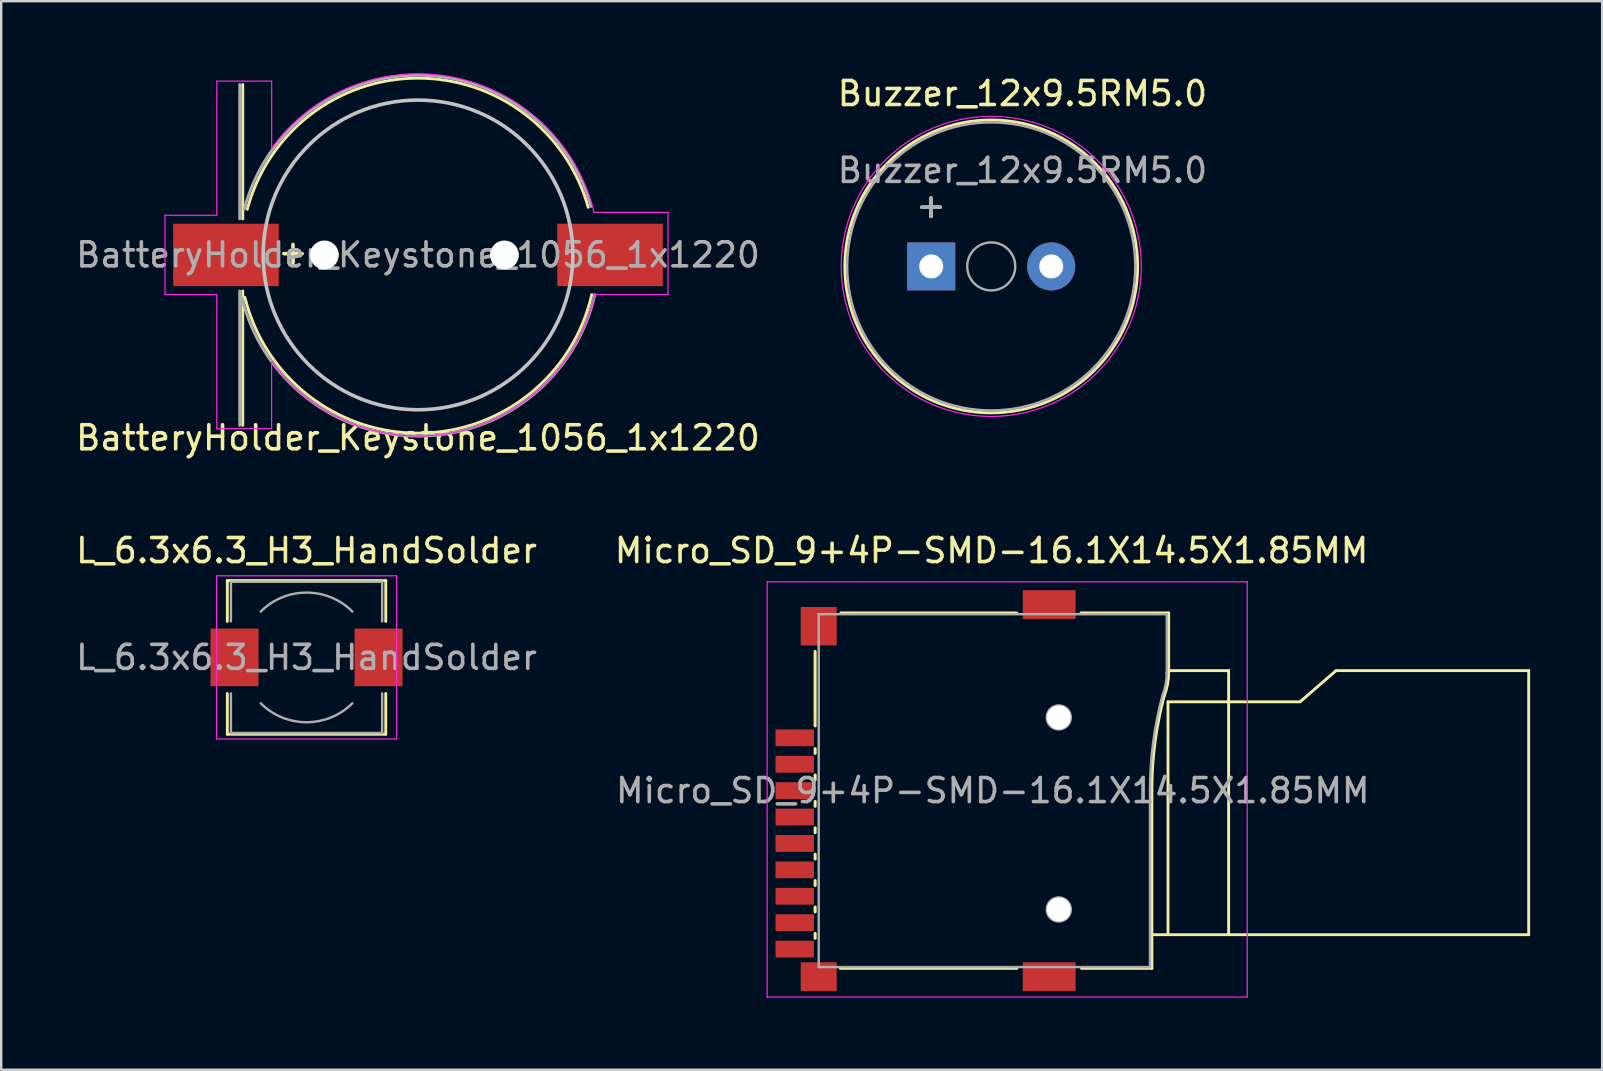
<source format=kicad_pcb>
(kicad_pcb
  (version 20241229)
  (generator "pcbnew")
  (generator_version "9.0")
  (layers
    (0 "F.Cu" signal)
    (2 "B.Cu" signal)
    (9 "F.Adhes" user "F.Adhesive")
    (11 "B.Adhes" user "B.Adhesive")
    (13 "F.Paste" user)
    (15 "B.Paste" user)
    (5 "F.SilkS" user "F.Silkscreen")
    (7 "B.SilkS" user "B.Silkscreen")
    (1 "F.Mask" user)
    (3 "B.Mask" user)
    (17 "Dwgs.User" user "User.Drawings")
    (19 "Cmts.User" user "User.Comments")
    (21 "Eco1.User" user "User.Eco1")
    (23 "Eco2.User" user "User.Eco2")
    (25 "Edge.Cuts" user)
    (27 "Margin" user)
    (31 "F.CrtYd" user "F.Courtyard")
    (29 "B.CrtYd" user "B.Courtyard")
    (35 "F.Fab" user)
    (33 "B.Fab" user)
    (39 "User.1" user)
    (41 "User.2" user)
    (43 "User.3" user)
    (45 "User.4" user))
  (footprint "Buzzer_12x9.5RM5.0"
    (layer "F.Cu")
    (at 35.742 8.048)
    (property "Reference" "Buzzer_12x9.5RM5.0" (at 3.8 -7.2 0) (layer "F.SilkS") (effects (font (size 1 1) (thickness 0.15))))
    (attr through_hole)
    (fp_circle (center 2.5 0) (end 8.6 0) (stroke (width 0.12) (type solid)) (fill no) (layer "F.SilkS"))
    (fp_circle (center 2.5 0) (end 8.75 0) (stroke (width 0.05) (type solid)) (fill no) (layer "F.CrtYd"))
    (fp_circle (center 2.5 0) (end 3.5 0) (stroke (width 0.1) (type solid)) (fill no) (layer "F.Fab"))
    (fp_circle (center 2.5 0) (end 8.5 0) (stroke (width 0.1) (type solid)) (fill no) (layer "F.Fab"))
    (fp_text user "+" (at -0.01 -2.54 0) (layer "F.SilkS") (effects (font (size 1 1) (thickness 0.15))))
    (fp_text user "+" (at -0.01 -2.54 0) (layer "F.Fab") (effects (font (size 1 1) (thickness 0.15))))
    (fp_text user "${REFERENCE}" (at 3.8 -4 0) (layer "F.Fab") (effects (font (size 1 1) (thickness 0.15))))
    (pad "1" thru_hole rect (at 0 0) (size 2 2) (drill 1) (layers "*.Cu" "*.Mask"))
    (pad "2" thru_hole circle (at 5 0) (size 2 2) (drill 1) (layers "*.Cu" "*.Mask")))
  (footprint "BatteryHolder_Keystone_1056_1x1220"
    (layer "F.Cu")
    (at 14.363 7.569)
    (property "Reference" "BatteryHolder_Keystone_1056_1x1220" (at 0 7.62 0) (layer "F.SilkS") (effects (font (size 1 1) (thickness 0.15))))
    (attr smd)
    (fp_line (start -7.3 -7.1) (end -7.3 -1.5) (stroke (width 0.12) (type solid)) (layer "F.SilkS"))
    (fp_line (start -7.3 1.5) (end -7.3 7.1) (stroke (width 0.12) (type solid)) (layer "F.SilkS"))
    (fp_arc (start -7.112 -1.905) (mid -0.039573 -7.362608) (end 7.091111 -1.98134) (stroke (width 0.12) (type solid)) (layer "F.SilkS"))
    (fp_arc (start 7.239 1.651) (mid 0.061669 7.424629) (end -7.210577 1.771019) (stroke (width 0.12) (type solid)) (layer "F.SilkS"))
    (fp_circle (center 0 0) (end 6.45 0) (stroke (width 0.15) (type solid)) (fill no) (layer "Dwgs.User"))
    (fp_line (start -10.541 -1.651) (end -10.541 1.651) (stroke (width 0.05) (type solid)) (layer "F.CrtYd"))
    (fp_line (start -10.541 -1.651) (end -8.382 -1.651) (stroke (width 0.05) (type solid)) (layer "F.CrtYd"))
    (fp_line (start -10.541 1.651) (end -8.382 1.651) (stroke (width 0.05) (type solid)) (layer "F.CrtYd"))
    (fp_line (start -8.382 -7.239) (end -8.382 -1.651) (stroke (width 0.05) (type solid)) (layer "F.CrtYd"))
    (fp_line (start -8.382 -7.239) (end -6.096 -7.239) (stroke (width 0.05) (type solid)) (layer "F.CrtYd"))
    (fp_line (start -8.382 1.651) (end -8.382 7.239) (stroke (width 0.05) (type solid)) (layer "F.CrtYd"))
    (fp_line (start -8.382 7.239) (end -6.096 7.239) (stroke (width 0.05) (type solid)) (layer "F.CrtYd"))
    (fp_line (start -6.099 4.448) (end -6.099 7.242) (stroke (width 0.05) (type solid)) (layer "F.CrtYd"))
    (fp_line (start -6.096 -7.239) (end -6.096 -4.445) (stroke (width 0.05) (type solid)) (layer "F.CrtYd"))
    (fp_line (start 10.414 -1.77) (end 7.334 -1.77) (stroke (width 0.05) (type solid)) (layer "F.CrtYd"))
    (fp_line (start 10.414 1.651) (end 7.366 1.651) (stroke (width 0.05) (type solid)) (layer "F.CrtYd"))
    (fp_line (start 10.414 1.651) (end 10.414 -1.77) (stroke (width 0.05) (type solid)) (layer "F.CrtYd"))
    (fp_arc (start -6.096 -4.445) (mid 1.473654 -7.399161) (end 7.333859 -1.770242) (stroke (width 0.05) (type solid)) (layer "F.CrtYd"))
    (fp_arc (start 7.366 1.651) (mid 1.534979 7.391048) (end -6.099455 4.447516) (stroke (width 0.05) (type solid)) (layer "F.CrtYd"))
    (fp_line (start -7.427 -7.1) (end -7.427 -1.5) (stroke (width 0.12) (type solid)) (layer "F.Fab"))
    (fp_line (start -7.427 1.5) (end -7.427 7.1) (stroke (width 0.12) (type solid)) (layer "F.Fab"))
    (fp_arc (start -7.239 -1.905) (mid -0.059631 -7.485225) (end 7.207731 -2.02009) (stroke (width 0.12) (type solid)) (layer "F.Fab"))
    (fp_arc (start 7.366 1.651) (mid 0.074654 7.548389) (end -7.331906 1.796363) (stroke (width 0.12) (type solid)) (layer "F.Fab"))
    (fp_text user "+" (at -5.207 -0.127 0) (layer "F.SilkS") (effects (font (size 1 1) (thickness 0.15))))
    (fp_text user "${REFERENCE}" (at 0 0 0) (layer "F.Fab") (effects (font (size 1 1) (thickness 0.15))))
    (pad "" np_thru_hole circle (at -3.9 0) (size 1.2 1.2) (drill 1.2) (layers "*.Cu" "*.Mask"))
    (pad "" np_thru_hole circle (at 3.6 0) (size 1.2 1.2) (drill 1.2) (layers "*.Cu" "*.Mask"))
    (pad "1" smd rect (at -8 0) (size 4.4 2.6) (layers "F.Cu" "F.Mask" "F.Paste"))
    (pad "2" smd rect (at 8 0) (size 4.4 2.6) (layers "F.Cu" "F.Mask" "F.Paste")))
  (footprint "Micro_SD_9+4P-SMD-16.1X14.5X1.85MM"
    (layer "F.Cu")
    (at 38.306 29.886)
    (property "Reference" "Micro_SD_9+4P-SMD-16.1X14.5X1.85MM" (at -0.05 -10 0) (layer "F.SilkS") (effects (font (size 1 1) (thickness 0.15))))
    (attr smd)
    (fp_line (start -7.4 -5.799) (end -7.4 -2.7) (stroke (width 0.127) (type solid)) (layer "F.SilkS"))
    (fp_line (start -7.4 -1.751) (end -7.4 -1.55) (stroke (width 0.127) (type solid)) (layer "F.SilkS"))
    (fp_line (start -7.4 -0.651) (end -7.4 -0.45) (stroke (width 0.127) (type solid)) (layer "F.SilkS"))
    (fp_line (start -7.4 0.449) (end -7.4 0.65) (stroke (width 0.127) (type solid)) (layer "F.SilkS"))
    (fp_line (start -7.4 1.549) (end -7.4 1.75) (stroke (width 0.127) (type solid)) (layer "F.SilkS"))
    (fp_line (start -7.4 2.649) (end -7.4 2.85) (stroke (width 0.127) (type solid)) (layer "F.SilkS"))
    (fp_line (start -7.4 3.749) (end -7.4 3.95) (stroke (width 0.127) (type solid)) (layer "F.SilkS"))
    (fp_line (start -7.4 4.849) (end -7.4 5.05) (stroke (width 0.127) (type solid)) (layer "F.SilkS"))
    (fp_line (start -7.4 5.949) (end -7.4 6.15) (stroke (width 0.127) (type solid)) (layer "F.SilkS"))
    (fp_line (start -6.35 7.4) (end 1 7.4) (stroke (width 0.127) (type solid)) (layer "F.SilkS"))
    (fp_line (start 1 -7.4) (end -6.325 -7.4) (stroke (width 0.127) (type solid)) (layer "F.SilkS"))
    (fp_line (start 2.3 -3.05) (end 3.202 -3.05) (stroke (width 0.127) (type solid)) (layer "F.SilkS"))
    (fp_line (start 2.3 4.925) (end 3.202 4.925) (stroke (width 0.127) (type solid)) (layer "F.SilkS"))
    (fp_line (start 2.75 -2.598) (end 2.75 -3.498) (stroke (width 0.127) (type solid)) (layer "F.SilkS"))
    (fp_line (start 2.75 5.374) (end 2.75 4.475) (stroke (width 0.127) (type solid)) (layer "F.SilkS"))
    (fp_line (start 3.7 7.4) (end 6.625 7.4) (stroke (width 0.127) (type solid)) (layer "F.SilkS"))
    (fp_line (start 6.625 0) (end 6.625 7.4) (stroke (width 0.127) (type solid)) (layer "F.SilkS"))
    (fp_line (start 7.3 -3.7) (end 7.3 6) (stroke (width 0.12) (type solid)) (layer "F.SilkS"))
    (fp_line (start 7.3 -3.7) (end 12.8 -3.7) (stroke (width 0.12) (type solid)) (layer "F.SilkS"))
    (fp_line (start 7.325 -7.4) (end 3.675 -7.4) (stroke (width 0.127) (type solid)) (layer "F.SilkS"))
    (fp_line (start 7.325 -7.4) (end 7.325 -4.95) (stroke (width 0.127) (type solid)) (layer "F.SilkS"))
    (fp_line (start 9.825 -5) (end 7.3 -5) (stroke (width 0.12) (type solid)) (layer "F.SilkS"))
    (fp_line (start 9.825 -5) (end 9.825 6) (stroke (width 0.12) (type solid)) (layer "F.SilkS"))
    (fp_line (start 9.825 6) (end 6.6 6) (stroke (width 0.12) (type solid)) (layer "F.SilkS"))
    (fp_line (start 9.825 6) (end 22.325 6) (stroke (width 0.12) (type solid)) (layer "F.SilkS"))
    (fp_line (start 12.8 -3.7) (end 14.3 -5) (stroke (width 0.12) (type solid)) (layer "F.SilkS"))
    (fp_line (start 14.3 -5) (end 22.325 -5) (stroke (width 0.12) (type solid)) (layer "F.SilkS"))
    (fp_line (start 22.325 -5) (end 22.325 6) (stroke (width 0.12) (type solid)) (layer "F.SilkS"))
    (fp_arc (start 6.623554 -0.001246) (mid 6.755731 -2.017876) (end 7.15 -4) (stroke (width 0.127) (type solid)) (layer "F.SilkS"))
    (fp_arc (start 7.325 -4.95) (mid 7.278848 -4.442878) (end 7.14191 -3.952419) (stroke (width 0.127) (type solid)) (layer "F.SilkS"))
    (fp_circle (center 2.75 -3.05) (end 3.066 -3.05) (stroke (width 0.127) (type solid)) (fill no) (layer "F.SilkS"))
    (fp_circle (center 2.75 4.93) (end 3.066 4.93) (stroke (width 0.127) (type solid)) (fill no) (layer "F.SilkS"))
    (fp_line (start -9.4 -8.7) (end 10.6 -8.7) (stroke (width 0.05) (type solid)) (layer "F.CrtYd"))
    (fp_line (start -9.4 8.6) (end -9.4 -8.7) (stroke (width 0.05) (type solid)) (layer "F.CrtYd"))
    (fp_line (start 10.6 -8.7) (end 10.6 8.6) (stroke (width 0.05) (type solid)) (layer "F.CrtYd"))
    (fp_line (start 10.6 8.6) (end -9.4 8.6) (stroke (width 0.05) (type solid)) (layer "F.CrtYd"))
    (fp_line (start -7.25 -7.35) (end 7.25 -7.35) (stroke (width 0.1) (type solid)) (layer "F.Fab"))
    (fp_line (start -7.25 7.35) (end -7.25 -7.35) (stroke (width 0.1) (type solid)) (layer "F.Fab"))
    (fp_line (start -7.25 7.35) (end 6.55 7.35) (stroke (width 0.1) (type solid)) (layer "F.Fab"))
    (fp_line (start 6.55 0) (end 6.55 7.35) (stroke (width 0.1) (type solid)) (layer "F.Fab"))
    (fp_line (start 7.25 -4.85) (end 7.25 -7.35) (stroke (width 0.1) (type solid)) (layer "F.Fab"))
    (fp_arc (start 6.55 0) (mid 6.682177 -2.01663) (end 7.076446 -3.998754) (stroke (width 0.1) (type solid)) (layer "F.Fab"))
    (fp_arc (start 7.25 -4.95) (mid 7.203848 -4.442878) (end 7.06691 -3.952419) (stroke (width 0.1) (type solid)) (layer "F.Fab"))
    (fp_circle (center 2.75 -3.05) (end 3.25 -3.05) (stroke (width 0.1) (type solid)) (fill no) (layer "F.Fab"))
    (fp_circle (center 2.75 4.95) (end 3.25 4.95) (stroke (width 0.1) (type solid)) (fill no) (layer "F.Fab"))
    (fp_text user "${REFERENCE}" (at 0 0 0) (layer "F.Fab") (effects (font (size 1 1) (thickness 0.15))))
    (pad "" np_thru_hole circle (at 2.75 -3.05) (size 1 1) (drill 1) (layers "*.Cu" "*.Mask"))
    (pad "" np_thru_hole circle (at 2.75 4.95) (size 1 1) (drill 1) (layers "*.Cu" "*.Mask"))
    (pad "1" smd rect (at -8.25 -2.2) (size 1.6 0.7) (layers "F.Cu" "F.Mask" "F.Paste"))
    (pad "2" smd rect (at -8.25 -1.1 180) (size 1.6 0.7) (layers "F.Cu" "F.Mask" "F.Paste"))
    (pad "3" smd rect (at -8.25 0) (size 1.6 0.7) (layers "F.Cu" "F.Mask" "F.Paste"))
    (pad "4" smd rect (at -8.25 1.1) (size 1.6 0.7) (layers "F.Cu" "F.Mask" "F.Paste"))
    (pad "5" smd rect (at -8.25 2.2) (size 1.6 0.7) (layers "F.Cu" "F.Mask" "F.Paste"))
    (pad "6" smd rect (at -8.25 3.3) (size 1.6 0.7) (layers "F.Cu" "F.Mask" "F.Paste"))
    (pad "7" smd rect (at -8.25 4.4) (size 1.6 0.7) (layers "F.Cu" "F.Mask" "F.Paste"))
    (pad "8" smd rect (at -8.25 5.5) (size 1.6 0.7) (layers "F.Cu" "F.Mask" "F.Paste"))
    (pad "9" smd rect (at -8.25 6.6) (size 1.6 0.7) (layers "F.Cu" "F.Mask" "F.Paste"))
    (pad "10" smd rect (at -7.25 -6.85) (size 1.5 1.6) (layers "F.Cu" "F.Mask" "F.Paste"))
    (pad "11" smd rect (at 2.35 -7.75) (size 2.2 1.2) (layers "F.Cu" "F.Mask" "F.Paste"))
    (pad "12" smd rect (at -7.25 7.75) (size 1.5 1.2) (layers "F.Cu" "F.Mask" "F.Paste"))
    (pad "13" smd rect (at 2.35 7.75) (size 2.2 1.2) (layers "F.Cu" "F.Mask" "F.Paste")))
  (footprint "L_6.3x6.3_H3_HandSolder"
    (layer "F.Cu")
    (at 9.72 24.336)
    (property "Reference" "L_6.3x6.3_H3_HandSolder" (at 0 -4.45 0) (layer "F.SilkS") (effects (font (size 1 1) (thickness 0.15))))
    (attr smd)
    (fp_line (start -3.3 -3.2) (end 3.3 -3.2) (stroke (width 0.12) (type solid)) (layer "F.SilkS"))
    (fp_line (start -3.3 -1.5) (end -3.3 -3.2) (stroke (width 0.12) (type solid)) (layer "F.SilkS"))
    (fp_line (start -3.3 3.2) (end -3.3 1.5) (stroke (width 0.12) (type solid)) (layer "F.SilkS"))
    (fp_line (start 3.3 -3.2) (end 3.3 -1.5) (stroke (width 0.12) (type solid)) (layer "F.SilkS"))
    (fp_line (start 3.3 1.5) (end 3.3 3.2) (stroke (width 0.12) (type solid)) (layer "F.SilkS"))
    (fp_line (start 3.3 3.2) (end -3.3 3.2) (stroke (width 0.12) (type solid)) (layer "F.SilkS"))
    (fp_line (start -3.75 -3.4) (end -3.75 3.4) (stroke (width 0.05) (type solid)) (layer "F.CrtYd"))
    (fp_line (start -3.75 3.4) (end 3.75 3.4) (stroke (width 0.05) (type solid)) (layer "F.CrtYd"))
    (fp_line (start 3.75 -3.4) (end -3.75 -3.4) (stroke (width 0.05) (type solid)) (layer "F.CrtYd"))
    (fp_line (start 3.75 3.4) (end 3.75 -3.4) (stroke (width 0.05) (type solid)) (layer "F.CrtYd"))
    (fp_line (start -3.15 -3.15) (end -3.15 -1.5) (stroke (width 0.1) (type solid)) (layer "F.Fab"))
    (fp_line (start -3.15 -3.15) (end 3.15 -3.15) (stroke (width 0.1) (type solid)) (layer "F.Fab"))
    (fp_line (start -3.15 3.15) (end -3.15 1.5) (stroke (width 0.1) (type solid)) (layer "F.Fab"))
    (fp_line (start -3.15 3.15) (end 3.15 3.15) (stroke (width 0.1) (type solid)) (layer "F.Fab"))
    (fp_line (start 3.15 -3.15) (end 3.15 -1.5) (stroke (width 0.1) (type solid)) (layer "F.Fab"))
    (fp_line (start 3.15 3.15) (end 3.15 1.5) (stroke (width 0.1) (type solid)) (layer "F.Fab"))
    (fp_arc (start -1.91 -1.91) (mid 0 -2.701148) (end 1.91 -1.91) (stroke (width 0.1) (type solid)) (layer "F.Fab"))
    (fp_arc (start 1.91 1.91) (mid 0 2.701148) (end -1.91 1.91) (stroke (width 0.1) (type solid)) (layer "F.Fab"))
    (fp_text user "${REFERENCE}" (at 0 0 0) (layer "F.Fab") (effects (font (size 1 1) (thickness 0.15))))
    (pad "1" smd rect (at -2.75 0) (size 2 2.4) (drill (offset -0.25 0)) (layers "F.Cu" "F.Mask" "F.Paste"))
    (pad "2" smd rect (at 2.75 0) (size 2 2.4) (drill (offset 0.25 0)) (layers "F.Cu" "F.Mask" "F.Paste")))
  (gr_rect
    (start -3 -3)
    (end 63.691 41.511)
    (stroke (width 0.1) (type default))
    (fill no)
    (layer "Edge.Cuts")))
</source>
